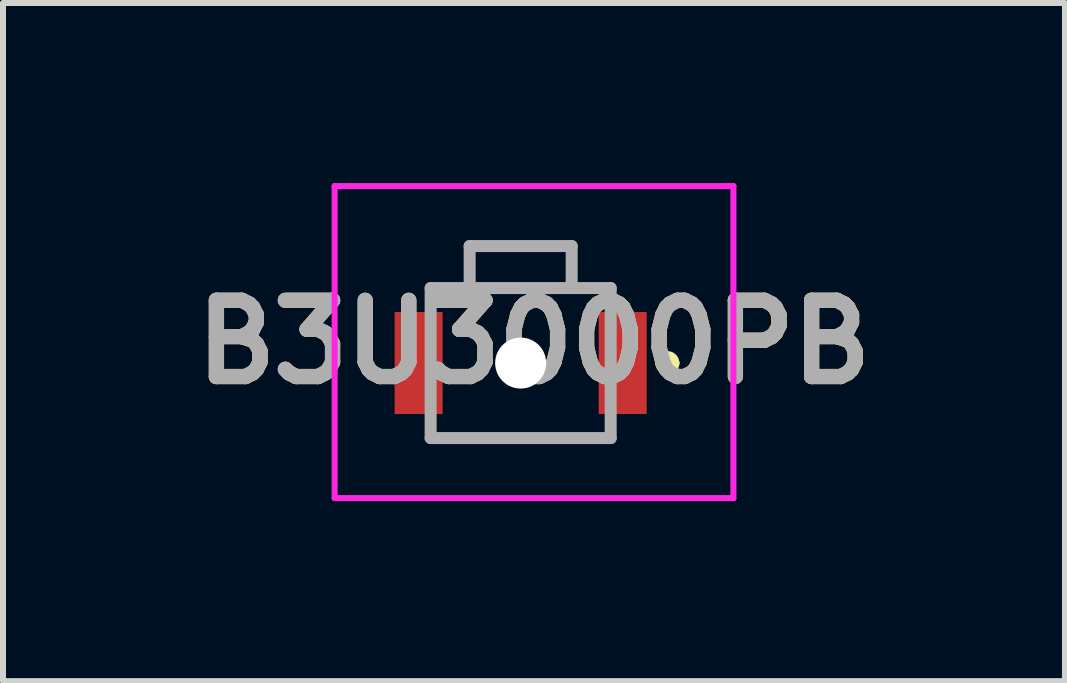
<source format=kicad_pcb>
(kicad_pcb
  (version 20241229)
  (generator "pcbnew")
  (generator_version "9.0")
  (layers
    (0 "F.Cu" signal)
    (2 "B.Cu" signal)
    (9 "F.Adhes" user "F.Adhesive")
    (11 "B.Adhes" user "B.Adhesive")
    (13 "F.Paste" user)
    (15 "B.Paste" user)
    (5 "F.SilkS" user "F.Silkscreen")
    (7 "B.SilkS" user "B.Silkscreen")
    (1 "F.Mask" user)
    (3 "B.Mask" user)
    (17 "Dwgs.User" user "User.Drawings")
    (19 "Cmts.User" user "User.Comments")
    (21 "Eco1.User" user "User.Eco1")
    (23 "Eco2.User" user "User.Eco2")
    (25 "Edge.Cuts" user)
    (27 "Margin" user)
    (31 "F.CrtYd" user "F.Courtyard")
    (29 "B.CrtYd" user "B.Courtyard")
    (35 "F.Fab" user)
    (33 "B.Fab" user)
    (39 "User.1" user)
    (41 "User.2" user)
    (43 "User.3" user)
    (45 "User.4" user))
  (footprint "B3U3000PB"
    (layer "F.Cu")
    (at 5.626 3)
    (property "Reference" "B3U3000PB" (at 0.222 -0.35 0) (layer "F.SilkS") (effects (font (size 1.27 1.27) (thickness 0.254))))
    (attr through_hole)
    (fp_line (start -1.5 -1.25) (end -0.85 -1.25) (stroke (width 0.1) (type solid)) (layer "F.SilkS"))
    (fp_line (start -1.5 1.25) (end 1.5 1.25) (stroke (width 0.1) (type solid)) (layer "F.SilkS"))
    (fp_line (start -0.85 -1.95) (end 0.85 -1.95) (stroke (width 0.1) (type solid)) (layer "F.SilkS"))
    (fp_line (start -0.85 -1.25) (end -0.85 -1.95) (stroke (width 0.1) (type solid)) (layer "F.SilkS"))
    (fp_line (start 0.85 -1.95) (end 0.85 -1.25) (stroke (width 0.1) (type solid)) (layer "F.SilkS"))
    (fp_line (start 0.85 -1.25) (end 1.5 -1.25) (stroke (width 0.1) (type solid)) (layer "F.SilkS"))
    (fp_line (start 2.345 0) (end 2.345 0) (stroke (width 0.2) (type solid)) (layer "F.SilkS"))
    (fp_line (start 2.545 0) (end 2.545 0) (stroke (width 0.2) (type solid)) (layer "F.SilkS"))
    (fp_arc (start 2.345 0) (mid 2.445 -0.1) (end 2.545 0) (stroke (width 0.2) (type solid)) (layer "F.SilkS"))
    (fp_arc (start 2.545 0) (mid 2.445 0.1) (end 2.345 0) (stroke (width 0.2) (type solid)) (layer "F.SilkS"))
    (fp_line (start -3.1 -2.95) (end 3.545 -2.95) (stroke (width 0.1) (type solid)) (layer "F.CrtYd"))
    (fp_line (start -3.1 2.25) (end -3.1 -2.95) (stroke (width 0.1) (type solid)) (layer "F.CrtYd"))
    (fp_line (start 3.545 -2.95) (end 3.545 2.25) (stroke (width 0.1) (type solid)) (layer "F.CrtYd"))
    (fp_line (start 3.545 2.25) (end -3.1 2.25) (stroke (width 0.1) (type solid)) (layer "F.CrtYd"))
    (fp_line (start -1.5 -1.25) (end 1.5 -1.25) (stroke (width 0.2) (type solid)) (layer "F.Fab"))
    (fp_line (start -1.5 1.25) (end -1.5 -1.25) (stroke (width 0.2) (type solid)) (layer "F.Fab"))
    (fp_line (start -0.85 -1.95) (end 0.85 -1.95) (stroke (width 0.2) (type solid)) (layer "F.Fab"))
    (fp_line (start -0.85 -1.25) (end -0.85 -1.95) (stroke (width 0.2) (type solid)) (layer "F.Fab"))
    (fp_line (start 0.85 -1.95) (end 0.85 -1.25) (stroke (width 0.2) (type solid)) (layer "F.Fab"))
    (fp_line (start 1.5 -1.25) (end 1.5 1.25) (stroke (width 0.2) (type solid)) (layer "F.Fab"))
    (fp_line (start 1.5 1.25) (end -1.5 1.25) (stroke (width 0.2) (type solid)) (layer "F.Fab"))
    (fp_text user "${REFERENCE}" (at 0.222 -0.35 0) (layer "F.Fab") (effects (font (size 1.27 1.27) (thickness 0.254))))
    (pad "" np_thru_hole circle (at 0 0) (size 0.85 0.85) (drill 0.85) (layers "*.Cu" "*.Mask"))
    (pad "1" smd rect (at 1.7 0) (size 0.8 1.7) (layers "F.Cu" "F.Mask" "F.Paste"))
    (pad "2" smd rect (at -1.7 0) (size 0.8 1.7) (layers "F.Cu" "F.Mask" "F.Paste")))
  (gr_rect
    (start -3 -3)
    (end 14.696 8.3)
    (stroke (width 0.1) (type default))
    (fill no)
    (layer "Edge.Cuts")))
</source>
